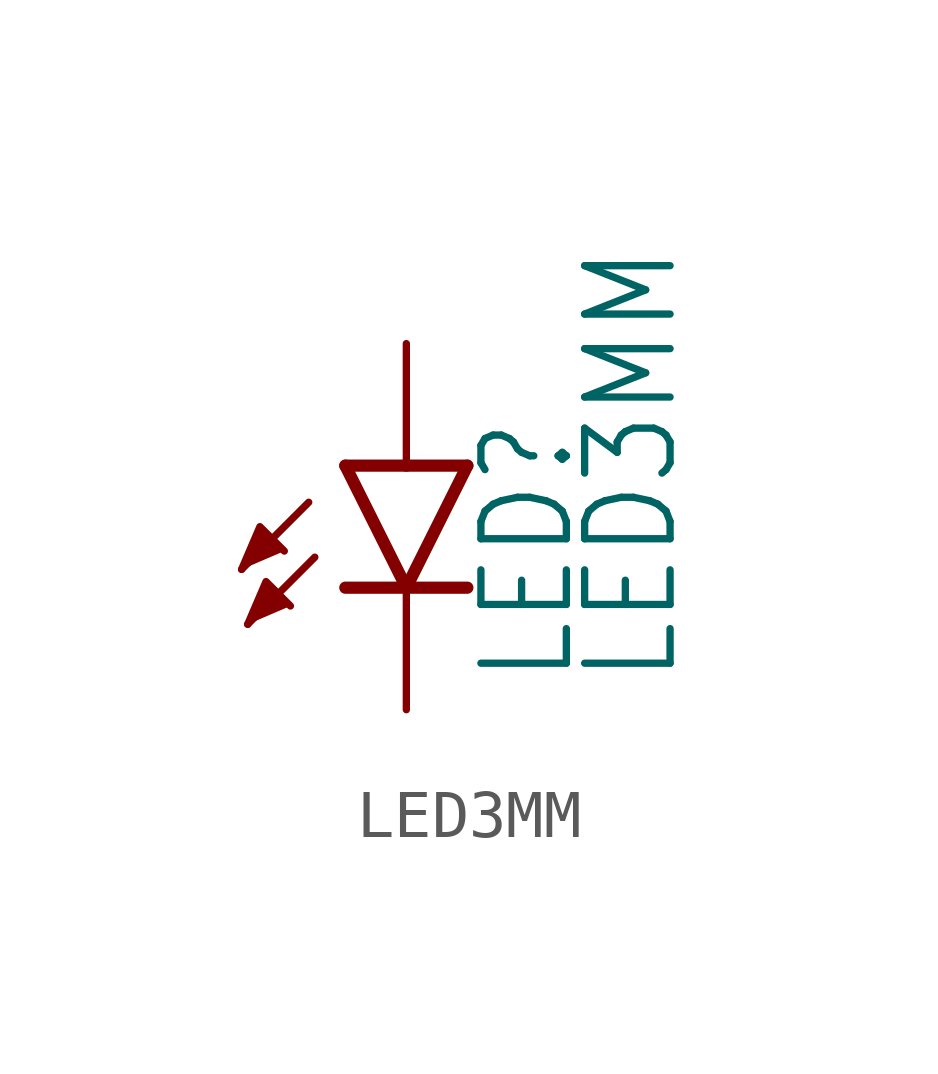
<source format=kicad_sym>
(kicad_symbol_lib
  (version 20200126)
  (host kicad_symbol_editor "(5.99.0-2281-g2f31bf278-dirty)")
  (symbol "LED3MM"
    (property "Reference" "LED"
      (at 3.556 -4.572 90)
      (effects (font (size 1.778 1.511)) (justify left bottom)))
    (property "Value" "LED3MM"
      (at 5.715 -4.572 90)
      (effects (font (size 1.778 1.511)) (justify left bottom)))
    (property "ki_locked" ""
      (at 0 0 0)
      (effects (font (size 1.27 1.27))))
    (symbol "LED3MM_1_0"
      (polyline (pts (xy 1.27 0) (xy 0 -2.54)) (stroke (width 0.254)) (fill (type none)))
      (polyline (pts (xy 0 -2.54) (xy -1.27 0)) (stroke (width 0.254)) (fill (type none)))
      (polyline (pts (xy 1.27 -2.54) (xy 0 -2.54)) (stroke (width 0.254)) (fill (type none)))
      (polyline (pts (xy 0 -2.54) (xy -1.27 -2.54)) (stroke (width 0.254)) (fill (type none)))
      (polyline (pts (xy 1.27 0) (xy 0 0)) (stroke (width 0.254)) (fill (type none)))
      (polyline (pts (xy 0 0) (xy -1.27 0)) (stroke (width 0.254)) (fill (type none)))
      (polyline (pts (xy -2.032 -0.762) (xy -3.429 -2.159)) (stroke (width 0.152)) (fill (type none)))
      (polyline (pts (xy -1.905 -1.905) (xy -3.302 -3.302)) (stroke (width 0.152)) (fill (type none)))
      (polyline (pts (xy -3.429 -2.159) (xy -3.048 -1.27) (xy -2.54 -1.778)) (stroke (width 0)) (fill (type outline)))
      (polyline (pts (xy -3.302 -3.302) (xy -2.921 -2.413) (xy -2.413 -2.921)) (stroke (width 0)) (fill (type outline)))
      (pin passive line (at 0 -5.08 90) (length 2.54) (name "C" (effects (font (size 0 0)))) (number "K" (effects (font (size 0 0)))))
      (pin passive line (at 0 2.54 270) (length 2.54) (name "A" (effects (font (size 0 0)))) (number "A" (effects (font (size 0 0))))))))
</source>
